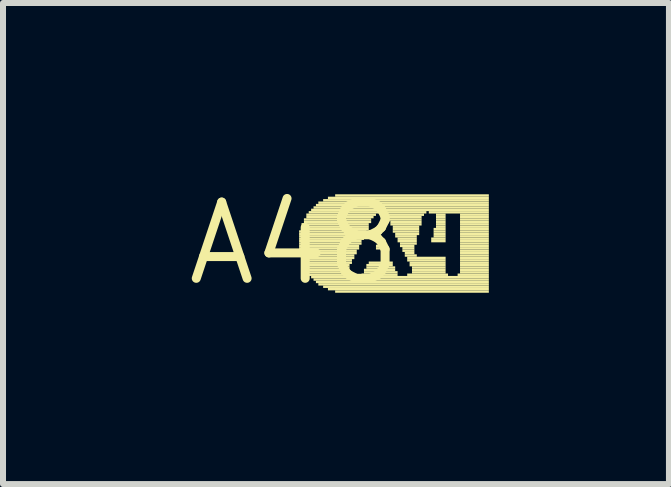
<source format=kicad_pcb>
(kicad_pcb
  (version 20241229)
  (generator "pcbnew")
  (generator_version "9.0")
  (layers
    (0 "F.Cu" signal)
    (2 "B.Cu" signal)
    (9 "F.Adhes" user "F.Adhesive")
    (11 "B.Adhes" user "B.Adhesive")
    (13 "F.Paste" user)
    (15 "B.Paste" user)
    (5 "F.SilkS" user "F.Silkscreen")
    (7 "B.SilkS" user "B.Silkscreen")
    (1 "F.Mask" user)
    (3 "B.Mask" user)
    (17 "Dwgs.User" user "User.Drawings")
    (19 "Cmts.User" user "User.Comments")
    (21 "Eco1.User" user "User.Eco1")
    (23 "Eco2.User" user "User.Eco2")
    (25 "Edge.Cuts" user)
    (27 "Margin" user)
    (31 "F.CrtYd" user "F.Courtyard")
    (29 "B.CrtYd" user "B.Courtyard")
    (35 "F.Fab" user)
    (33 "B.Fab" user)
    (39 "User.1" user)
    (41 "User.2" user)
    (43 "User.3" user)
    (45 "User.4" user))
  (footprint "A48"
    (layer "F.Cu")
    (at 1.852 1.006)
    (property "Reference" "A48" (at 0 0 0) (layer "F.SilkS") (effects (font (size 1.27 1.27) (thickness 0.15))))
    (fp_poly (pts (xy 0.08 -0.18) (xy 1.2 -0.18) (xy 1.2 -0.22) (xy 0.08 -0.22)) (stroke (width 0) (type default)) (fill yes) (layer "F.SilkS"))
    (fp_poly (pts (xy 0.08 -0.14) (xy 1.2 -0.14) (xy 1.2 -0.18) (xy 0.08 -0.18)) (stroke (width 0) (type default)) (fill yes) (layer "F.SilkS"))
    (fp_poly (pts (xy 0.08 -0.1) (xy 1.16 -0.1) (xy 1.16 -0.14) (xy 0.08 -0.14)) (stroke (width 0) (type default)) (fill yes) (layer "F.SilkS"))
    (fp_poly (pts (xy 0.08 -0.06) (xy 1.16 -0.06) (xy 1.16 -0.1) (xy 0.08 -0.1)) (stroke (width 0) (type default)) (fill yes) (layer "F.SilkS"))
    (fp_poly (pts (xy 0.08 -0.02) (xy 1.12 -0.02) (xy 1.12 -0.06) (xy 0.08 -0.06)) (stroke (width 0) (type default)) (fill yes) (layer "F.SilkS"))
    (fp_poly (pts (xy 0.08 0.02) (xy 1.12 0.02) (xy 1.12 -0.02) (xy 0.08 -0.02)) (stroke (width 0) (type default)) (fill yes) (layer "F.SilkS"))
    (fp_poly (pts (xy 0.08 0.06) (xy 1.08 0.06) (xy 1.08 0.02) (xy 0.08 0.02)) (stroke (width 0) (type default)) (fill yes) (layer "F.SilkS"))
    (fp_poly (pts (xy 0.08 0.1) (xy 1.08 0.1) (xy 1.08 0.06) (xy 0.08 0.06)) (stroke (width 0) (type default)) (fill yes) (layer "F.SilkS"))
    (fp_poly (pts (xy 0.08 0.14) (xy 1.04 0.14) (xy 1.04 0.1) (xy 0.08 0.1)) (stroke (width 0) (type default)) (fill yes) (layer "F.SilkS"))
    (fp_poly (pts (xy 0.08 0.18) (xy 1.04 0.18) (xy 1.04 0.14) (xy 0.08 0.14)) (stroke (width 0) (type default)) (fill yes) (layer "F.SilkS"))
    (fp_poly (pts (xy 0.08 0.22) (xy 1 0.22) (xy 1 0.18) (xy 0.08 0.18)) (stroke (width 0) (type default)) (fill yes) (layer "F.SilkS"))
    (fp_poly (pts (xy 0.12 -0.3) (xy 1.24 -0.3) (xy 1.24 -0.34) (xy 0.12 -0.34)) (stroke (width 0) (type default)) (fill yes) (layer "F.SilkS"))
    (fp_poly (pts (xy 0.12 -0.26) (xy 1.24 -0.26) (xy 1.24 -0.3) (xy 0.12 -0.3)) (stroke (width 0) (type default)) (fill yes) (layer "F.SilkS"))
    (fp_poly (pts (xy 0.12 -0.22) (xy 1.24 -0.22) (xy 1.24 -0.26) (xy 0.12 -0.26)) (stroke (width 0) (type default)) (fill yes) (layer "F.SilkS"))
    (fp_poly (pts (xy 0.12 0.26) (xy 1 0.26) (xy 1 0.22) (xy 0.12 0.22)) (stroke (width 0) (type default)) (fill yes) (layer "F.SilkS"))
    (fp_poly (pts (xy 0.12 0.3) (xy 0.96 0.3) (xy 0.96 0.26) (xy 0.12 0.26)) (stroke (width 0) (type default)) (fill yes) (layer "F.SilkS"))
    (fp_poly (pts (xy 0.12 0.34) (xy 0.96 0.34) (xy 0.96 0.3) (xy 0.12 0.3)) (stroke (width 0) (type default)) (fill yes) (layer "F.SilkS"))
    (fp_poly (pts (xy 0.16 -0.38) (xy 1.28 -0.38) (xy 1.28 -0.42) (xy 0.16 -0.42)) (stroke (width 0) (type default)) (fill yes) (layer "F.SilkS"))
    (fp_poly (pts (xy 0.16 -0.34) (xy 1.28 -0.34) (xy 1.28 -0.38) (xy 0.16 -0.38)) (stroke (width 0) (type default)) (fill yes) (layer "F.SilkS"))
    (fp_poly (pts (xy 0.16 0.38) (xy 0.92 0.38) (xy 0.92 0.34) (xy 0.16 0.34)) (stroke (width 0) (type default)) (fill yes) (layer "F.SilkS"))
    (fp_poly (pts (xy 0.16 0.42) (xy 0.92 0.42) (xy 0.92 0.38) (xy 0.16 0.38)) (stroke (width 0) (type default)) (fill yes) (layer "F.SilkS"))
    (fp_poly (pts (xy 0.2 -0.46) (xy 1.36 -0.46) (xy 1.36 -0.5) (xy 0.2 -0.5)) (stroke (width 0) (type default)) (fill yes) (layer "F.SilkS"))
    (fp_poly (pts (xy 0.2 -0.42) (xy 1.32 -0.42) (xy 1.32 -0.46) (xy 0.2 -0.46)) (stroke (width 0) (type default)) (fill yes) (layer "F.SilkS"))
    (fp_poly (pts (xy 0.2 0.46) (xy 0.92 0.46) (xy 0.92 0.42) (xy 0.2 0.42)) (stroke (width 0) (type default)) (fill yes) (layer "F.SilkS"))
    (fp_poly (pts (xy 0.2 0.5) (xy 0.92 0.5) (xy 0.92 0.46) (xy 0.2 0.46)) (stroke (width 0) (type default)) (fill yes) (layer "F.SilkS"))
    (fp_poly (pts (xy 0.24 -0.5) (xy 2.2 -0.5) (xy 2.2 -0.54) (xy 0.24 -0.54)) (stroke (width 0) (type default)) (fill yes) (layer "F.SilkS"))
    (fp_poly (pts (xy 0.24 0.54) (xy 0.96 0.54) (xy 0.96 0.5) (xy 0.24 0.5)) (stroke (width 0) (type default)) (fill yes) (layer "F.SilkS"))
    (fp_poly (pts (xy 0.28 -0.54) (xy 3.24 -0.54) (xy 3.24 -0.58) (xy 0.28 -0.58)) (stroke (width 0) (type default)) (fill yes) (layer "F.SilkS"))
    (fp_poly (pts (xy 0.28 0.58) (xy 3.24 0.58) (xy 3.24 0.54) (xy 0.28 0.54)) (stroke (width 0) (type default)) (fill yes) (layer "F.SilkS"))
    (fp_poly (pts (xy 0.32 -0.58) (xy 3.24 -0.58) (xy 3.24 -0.62) (xy 0.32 -0.62)) (stroke (width 0) (type default)) (fill yes) (layer "F.SilkS"))
    (fp_poly (pts (xy 0.32 0.62) (xy 3.24 0.62) (xy 3.24 0.58) (xy 0.32 0.58)) (stroke (width 0) (type default)) (fill yes) (layer "F.SilkS"))
    (fp_poly (pts (xy 0.36 -0.62) (xy 3.24 -0.62) (xy 3.24 -0.66) (xy 0.36 -0.66)) (stroke (width 0) (type default)) (fill yes) (layer "F.SilkS"))
    (fp_poly (pts (xy 0.36 0.66) (xy 3.24 0.66) (xy 3.24 0.62) (xy 0.36 0.62)) (stroke (width 0) (type default)) (fill yes) (layer "F.SilkS"))
    (fp_poly (pts (xy 0.4 -0.66) (xy 3.24 -0.66) (xy 3.24 -0.7) (xy 0.4 -0.7)) (stroke (width 0) (type default)) (fill yes) (layer "F.SilkS"))
    (fp_poly (pts (xy 0.4 0.7) (xy 3.24 0.7) (xy 3.24 0.66) (xy 0.4 0.66)) (stroke (width 0) (type default)) (fill yes) (layer "F.SilkS"))
    (fp_poly (pts (xy 0.48 -0.7) (xy 3.24 -0.7) (xy 3.24 -0.74) (xy 0.48 -0.74)) (stroke (width 0) (type default)) (fill yes) (layer "F.SilkS"))
    (fp_poly (pts (xy 0.48 0.74) (xy 3.24 0.74) (xy 3.24 0.7) (xy 0.48 0.7)) (stroke (width 0) (type default)) (fill yes) (layer "F.SilkS"))
    (fp_poly (pts (xy 0.56 -0.74) (xy 3.24 -0.74) (xy 3.24 -0.78) (xy 0.56 -0.78)) (stroke (width 0) (type default)) (fill yes) (layer "F.SilkS"))
    (fp_poly (pts (xy 0.56 0.78) (xy 3.24 0.78) (xy 3.24 0.74) (xy 0.56 0.74)) (stroke (width 0) (type default)) (fill yes) (layer "F.SilkS"))
    (fp_poly (pts (xy 0.68 -0.78) (xy 3.24 -0.78) (xy 3.24 -0.82) (xy 0.68 -0.82)) (stroke (width 0) (type default)) (fill yes) (layer "F.SilkS"))
    (fp_poly (pts (xy 0.68 0.82) (xy 3.24 0.82) (xy 3.24 0.78) (xy 0.68 0.78)) (stroke (width 0) (type default)) (fill yes) (layer "F.SilkS"))
    (fp_poly (pts (xy 1.12 0.54) (xy 1.72 0.54) (xy 1.72 0.5) (xy 1.12 0.5)) (stroke (width 0) (type default)) (fill yes) (layer "F.SilkS"))
    (fp_poly (pts (xy 1.16 0.46) (xy 1.68 0.46) (xy 1.68 0.42) (xy 1.16 0.42)) (stroke (width 0) (type default)) (fill yes) (layer "F.SilkS"))
    (fp_poly (pts (xy 1.16 0.5) (xy 1.72 0.5) (xy 1.72 0.46) (xy 1.16 0.46)) (stroke (width 0) (type default)) (fill yes) (layer "F.SilkS"))
    (fp_poly (pts (xy 1.2 0.38) (xy 1.64 0.38) (xy 1.64 0.34) (xy 1.2 0.34)) (stroke (width 0) (type default)) (fill yes) (layer "F.SilkS"))
    (fp_poly (pts (xy 1.2 0.42) (xy 1.68 0.42) (xy 1.68 0.38) (xy 1.2 0.38)) (stroke (width 0) (type default)) (fill yes) (layer "F.SilkS"))
    (fp_poly (pts (xy 1.24 0.34) (xy 1.64 0.34) (xy 1.64 0.3) (xy 1.24 0.3)) (stroke (width 0) (type default)) (fill yes) (layer "F.SilkS"))
    (fp_poly (pts (xy 1.36 0.06) (xy 1.48 0.06) (xy 1.48 0.02) (xy 1.36 0.02)) (stroke (width 0) (type default)) (fill yes) (layer "F.SilkS"))
    (fp_poly (pts (xy 1.36 0.1) (xy 1.52 0.1) (xy 1.52 0.06) (xy 1.36 0.06)) (stroke (width 0) (type default)) (fill yes) (layer "F.SilkS"))
    (fp_poly (pts (xy 1.4 -0.02) (xy 1.48 -0.02) (xy 1.48 -0.06) (xy 1.4 -0.06)) (stroke (width 0) (type default)) (fill yes) (layer "F.SilkS"))
    (fp_poly (pts (xy 1.4 0.02) (xy 1.48 0.02) (xy 1.48 -0.02) (xy 1.4 -0.02)) (stroke (width 0) (type default)) (fill yes) (layer "F.SilkS"))
    (fp_poly (pts (xy 1.52 -0.46) (xy 2.16 -0.46) (xy 2.16 -0.5) (xy 1.52 -0.5)) (stroke (width 0) (type default)) (fill yes) (layer "F.SilkS"))
    (fp_poly (pts (xy 1.56 -0.42) (xy 2.12 -0.42) (xy 2.12 -0.46) (xy 1.56 -0.46)) (stroke (width 0) (type default)) (fill yes) (layer "F.SilkS"))
    (fp_poly (pts (xy 1.56 -0.38) (xy 2.12 -0.38) (xy 2.12 -0.42) (xy 1.56 -0.42)) (stroke (width 0) (type default)) (fill yes) (layer "F.SilkS"))
    (fp_poly (pts (xy 1.6 -0.34) (xy 2.12 -0.34) (xy 2.12 -0.38) (xy 1.6 -0.38)) (stroke (width 0) (type default)) (fill yes) (layer "F.SilkS"))
    (fp_poly (pts (xy 1.6 -0.3) (xy 2.12 -0.3) (xy 2.12 -0.34) (xy 1.6 -0.34)) (stroke (width 0) (type default)) (fill yes) (layer "F.SilkS"))
    (fp_poly (pts (xy 1.64 -0.26) (xy 2.08 -0.26) (xy 2.08 -0.3) (xy 1.64 -0.3)) (stroke (width 0) (type default)) (fill yes) (layer "F.SilkS"))
    (fp_poly (pts (xy 1.64 -0.22) (xy 2.08 -0.22) (xy 2.08 -0.26) (xy 1.64 -0.26)) (stroke (width 0) (type default)) (fill yes) (layer "F.SilkS"))
    (fp_poly (pts (xy 1.64 -0.18) (xy 2.08 -0.18) (xy 2.08 -0.22) (xy 1.64 -0.22)) (stroke (width 0) (type default)) (fill yes) (layer "F.SilkS"))
    (fp_poly (pts (xy 1.68 -0.14) (xy 2.08 -0.14) (xy 2.08 -0.18) (xy 1.68 -0.18)) (stroke (width 0) (type default)) (fill yes) (layer "F.SilkS"))
    (fp_poly (pts (xy 1.68 -0.1) (xy 2.04 -0.1) (xy 2.04 -0.14) (xy 1.68 -0.14)) (stroke (width 0) (type default)) (fill yes) (layer "F.SilkS"))
    (fp_poly (pts (xy 1.72 -0.06) (xy 2.04 -0.06) (xy 2.04 -0.1) (xy 1.72 -0.1)) (stroke (width 0) (type default)) (fill yes) (layer "F.SilkS"))
    (fp_poly (pts (xy 1.72 -0.02) (xy 2.04 -0.02) (xy 2.04 -0.06) (xy 1.72 -0.06)) (stroke (width 0) (type default)) (fill yes) (layer "F.SilkS"))
    (fp_poly (pts (xy 1.76 0.02) (xy 2.04 0.02) (xy 2.04 -0.02) (xy 1.76 -0.02)) (stroke (width 0) (type default)) (fill yes) (layer "F.SilkS"))
    (fp_poly (pts (xy 1.76 0.06) (xy 2 0.06) (xy 2 0.02) (xy 1.76 0.02)) (stroke (width 0) (type default)) (fill yes) (layer "F.SilkS"))
    (fp_poly (pts (xy 1.8 0.1) (xy 2 0.1) (xy 2 0.06) (xy 1.8 0.06)) (stroke (width 0) (type default)) (fill yes) (layer "F.SilkS"))
    (fp_poly (pts (xy 1.8 0.14) (xy 2 0.14) (xy 2 0.1) (xy 1.8 0.1)) (stroke (width 0) (type default)) (fill yes) (layer "F.SilkS"))
    (fp_poly (pts (xy 1.84 0.18) (xy 2 0.18) (xy 2 0.14) (xy 1.84 0.14)) (stroke (width 0) (type default)) (fill yes) (layer "F.SilkS"))
    (fp_poly (pts (xy 1.84 0.22) (xy 2.04 0.22) (xy 2.04 0.18) (xy 1.84 0.18)) (stroke (width 0) (type default)) (fill yes) (layer "F.SilkS"))
    (fp_poly (pts (xy 1.88 0.26) (xy 2.52 0.26) (xy 2.52 0.22) (xy 1.88 0.22)) (stroke (width 0) (type default)) (fill yes) (layer "F.SilkS"))
    (fp_poly (pts (xy 1.88 0.3) (xy 2.52 0.3) (xy 2.52 0.26) (xy 1.88 0.26)) (stroke (width 0) (type default)) (fill yes) (layer "F.SilkS"))
    (fp_poly (pts (xy 1.88 0.54) (xy 2.56 0.54) (xy 2.56 0.5) (xy 1.88 0.5)) (stroke (width 0) (type default)) (fill yes) (layer "F.SilkS"))
    (fp_poly (pts (xy 1.92 0.34) (xy 2.52 0.34) (xy 2.52 0.3) (xy 1.92 0.3)) (stroke (width 0) (type default)) (fill yes) (layer "F.SilkS"))
    (fp_poly (pts (xy 1.92 0.38) (xy 2.52 0.38) (xy 2.52 0.34) (xy 1.92 0.34)) (stroke (width 0) (type default)) (fill yes) (layer "F.SilkS"))
    (fp_poly (pts (xy 1.96 0.42) (xy 2.52 0.42) (xy 2.52 0.38) (xy 1.96 0.38)) (stroke (width 0) (type default)) (fill yes) (layer "F.SilkS"))
    (fp_poly (pts (xy 1.96 0.46) (xy 2.52 0.46) (xy 2.52 0.42) (xy 1.96 0.42)) (stroke (width 0) (type default)) (fill yes) (layer "F.SilkS"))
    (fp_poly (pts (xy 1.96 0.5) (xy 2.52 0.5) (xy 2.52 0.46) (xy 1.96 0.46)) (stroke (width 0) (type default)) (fill yes) (layer "F.SilkS"))
    (fp_poly (pts (xy 2.24 -0.5) (xy 3.24 -0.5) (xy 3.24 -0.54) (xy 2.24 -0.54)) (stroke (width 0) (type default)) (fill yes) (layer "F.SilkS"))
    (fp_poly (pts (xy 2.28 -0.06) (xy 2.52 -0.06) (xy 2.52 -0.1) (xy 2.28 -0.1)) (stroke (width 0) (type default)) (fill yes) (layer "F.SilkS"))
    (fp_poly (pts (xy 2.28 -0.02) (xy 2.52 -0.02) (xy 2.52 -0.06) (xy 2.28 -0.06)) (stroke (width 0) (type default)) (fill yes) (layer "F.SilkS"))
    (fp_poly (pts (xy 2.32 -0.22) (xy 2.52 -0.22) (xy 2.52 -0.26) (xy 2.32 -0.26)) (stroke (width 0) (type default)) (fill yes) (layer "F.SilkS"))
    (fp_poly (pts (xy 2.32 -0.18) (xy 2.52 -0.18) (xy 2.52 -0.22) (xy 2.32 -0.22)) (stroke (width 0) (type default)) (fill yes) (layer "F.SilkS"))
    (fp_poly (pts (xy 2.32 -0.14) (xy 2.52 -0.14) (xy 2.52 -0.18) (xy 2.32 -0.18)) (stroke (width 0) (type default)) (fill yes) (layer "F.SilkS"))
    (fp_poly (pts (xy 2.32 -0.1) (xy 2.52 -0.1) (xy 2.52 -0.14) (xy 2.32 -0.14)) (stroke (width 0) (type default)) (fill yes) (layer "F.SilkS"))
    (fp_poly (pts (xy 2.36 -0.46) (xy 2.52 -0.46) (xy 2.52 -0.5) (xy 2.36 -0.5)) (stroke (width 0) (type default)) (fill yes) (layer "F.SilkS"))
    (fp_poly (pts (xy 2.36 -0.42) (xy 2.52 -0.42) (xy 2.52 -0.46) (xy 2.36 -0.46)) (stroke (width 0) (type default)) (fill yes) (layer "F.SilkS"))
    (fp_poly (pts (xy 2.36 -0.38) (xy 2.52 -0.38) (xy 2.52 -0.42) (xy 2.36 -0.42)) (stroke (width 0) (type default)) (fill yes) (layer "F.SilkS"))
    (fp_poly (pts (xy 2.36 -0.34) (xy 2.52 -0.34) (xy 2.52 -0.38) (xy 2.36 -0.38)) (stroke (width 0) (type default)) (fill yes) (layer "F.SilkS"))
    (fp_poly (pts (xy 2.36 -0.3) (xy 2.52 -0.3) (xy 2.52 -0.34) (xy 2.36 -0.34)) (stroke (width 0) (type default)) (fill yes) (layer "F.SilkS"))
    (fp_poly (pts (xy 2.36 -0.26) (xy 2.52 -0.26) (xy 2.52 -0.3) (xy 2.36 -0.3)) (stroke (width 0) (type default)) (fill yes) (layer "F.SilkS"))
    (fp_poly (pts (xy 2.72 0.54) (xy 3.24 0.54) (xy 3.24 0.5) (xy 2.72 0.5)) (stroke (width 0) (type default)) (fill yes) (layer "F.SilkS"))
    (fp_poly (pts (xy 2.76 -0.46) (xy 3.24 -0.46) (xy 3.24 -0.5) (xy 2.76 -0.5)) (stroke (width 0) (type default)) (fill yes) (layer "F.SilkS"))
    (fp_poly (pts (xy 2.76 -0.42) (xy 3.24 -0.42) (xy 3.24 -0.46) (xy 2.76 -0.46)) (stroke (width 0) (type default)) (fill yes) (layer "F.SilkS"))
    (fp_poly (pts (xy 2.76 -0.38) (xy 3.24 -0.38) (xy 3.24 -0.42) (xy 2.76 -0.42)) (stroke (width 0) (type default)) (fill yes) (layer "F.SilkS"))
    (fp_poly (pts (xy 2.76 -0.34) (xy 3.24 -0.34) (xy 3.24 -0.38) (xy 2.76 -0.38)) (stroke (width 0) (type default)) (fill yes) (layer "F.SilkS"))
    (fp_poly (pts (xy 2.76 -0.3) (xy 3.24 -0.3) (xy 3.24 -0.34) (xy 2.76 -0.34)) (stroke (width 0) (type default)) (fill yes) (layer "F.SilkS"))
    (fp_poly (pts (xy 2.76 -0.26) (xy 3.24 -0.26) (xy 3.24 -0.3) (xy 2.76 -0.3)) (stroke (width 0) (type default)) (fill yes) (layer "F.SilkS"))
    (fp_poly (pts (xy 2.76 -0.22) (xy 3.24 -0.22) (xy 3.24 -0.26) (xy 2.76 -0.26)) (stroke (width 0) (type default)) (fill yes) (layer "F.SilkS"))
    (fp_poly (pts (xy 2.76 -0.18) (xy 3.24 -0.18) (xy 3.24 -0.22) (xy 2.76 -0.22)) (stroke (width 0) (type default)) (fill yes) (layer "F.SilkS"))
    (fp_poly (pts (xy 2.76 -0.14) (xy 3.24 -0.14) (xy 3.24 -0.18) (xy 2.76 -0.18)) (stroke (width 0) (type default)) (fill yes) (layer "F.SilkS"))
    (fp_poly (pts (xy 2.76 -0.1) (xy 3.24 -0.1) (xy 3.24 -0.14) (xy 2.76 -0.14)) (stroke (width 0) (type default)) (fill yes) (layer "F.SilkS"))
    (fp_poly (pts (xy 2.76 -0.06) (xy 3.24 -0.06) (xy 3.24 -0.1) (xy 2.76 -0.1)) (stroke (width 0) (type default)) (fill yes) (layer "F.SilkS"))
    (fp_poly (pts (xy 2.76 -0.02) (xy 3.24 -0.02) (xy 3.24 -0.06) (xy 2.76 -0.06)) (stroke (width 0) (type default)) (fill yes) (layer "F.SilkS"))
    (fp_poly (pts (xy 2.76 0.02) (xy 3.24 0.02) (xy 3.24 -0.02) (xy 2.76 -0.02)) (stroke (width 0) (type default)) (fill yes) (layer "F.SilkS"))
    (fp_poly (pts (xy 2.76 0.06) (xy 3.24 0.06) (xy 3.24 0.02) (xy 2.76 0.02)) (stroke (width 0) (type default)) (fill yes) (layer "F.SilkS"))
    (fp_poly (pts (xy 2.76 0.1) (xy 3.24 0.1) (xy 3.24 0.06) (xy 2.76 0.06)) (stroke (width 0) (type default)) (fill yes) (layer "F.SilkS"))
    (fp_poly (pts (xy 2.76 0.14) (xy 3.24 0.14) (xy 3.24 0.1) (xy 2.76 0.1)) (stroke (width 0) (type default)) (fill yes) (layer "F.SilkS"))
    (fp_poly (pts (xy 2.76 0.18) (xy 3.24 0.18) (xy 3.24 0.14) (xy 2.76 0.14)) (stroke (width 0) (type default)) (fill yes) (layer "F.SilkS"))
    (fp_poly (pts (xy 2.76 0.22) (xy 3.24 0.22) (xy 3.24 0.18) (xy 2.76 0.18)) (stroke (width 0) (type default)) (fill yes) (layer "F.SilkS"))
    (fp_poly (pts (xy 2.76 0.26) (xy 3.24 0.26) (xy 3.24 0.22) (xy 2.76 0.22)) (stroke (width 0) (type default)) (fill yes) (layer "F.SilkS"))
    (fp_poly (pts (xy 2.76 0.3) (xy 3.24 0.3) (xy 3.24 0.26) (xy 2.76 0.26)) (stroke (width 0) (type default)) (fill yes) (layer "F.SilkS"))
    (fp_poly (pts (xy 2.76 0.34) (xy 3.24 0.34) (xy 3.24 0.3) (xy 2.76 0.3)) (stroke (width 0) (type default)) (fill yes) (layer "F.SilkS"))
    (fp_poly (pts (xy 2.76 0.38) (xy 3.24 0.38) (xy 3.24 0.34) (xy 2.76 0.34)) (stroke (width 0) (type default)) (fill yes) (layer "F.SilkS"))
    (fp_poly (pts (xy 2.76 0.42) (xy 3.24 0.42) (xy 3.24 0.38) (xy 2.76 0.38)) (stroke (width 0) (type default)) (fill yes) (layer "F.SilkS"))
    (fp_poly (pts (xy 2.76 0.46) (xy 3.24 0.46) (xy 3.24 0.42) (xy 2.76 0.42)) (stroke (width 0) (type default)) (fill yes) (layer "F.SilkS"))
    (fp_poly (pts (xy 2.76 0.5) (xy 3.24 0.5) (xy 3.24 0.46) (xy 2.76 0.46)) (stroke (width 0) (type default)) (fill yes) (layer "F.SilkS")))
  (gr_rect
    (start -3 -3)
    (end 8.092 5.012)
    (stroke (width 0.1) (type default))
    (fill no)
    (layer "Edge.Cuts")))
</source>
